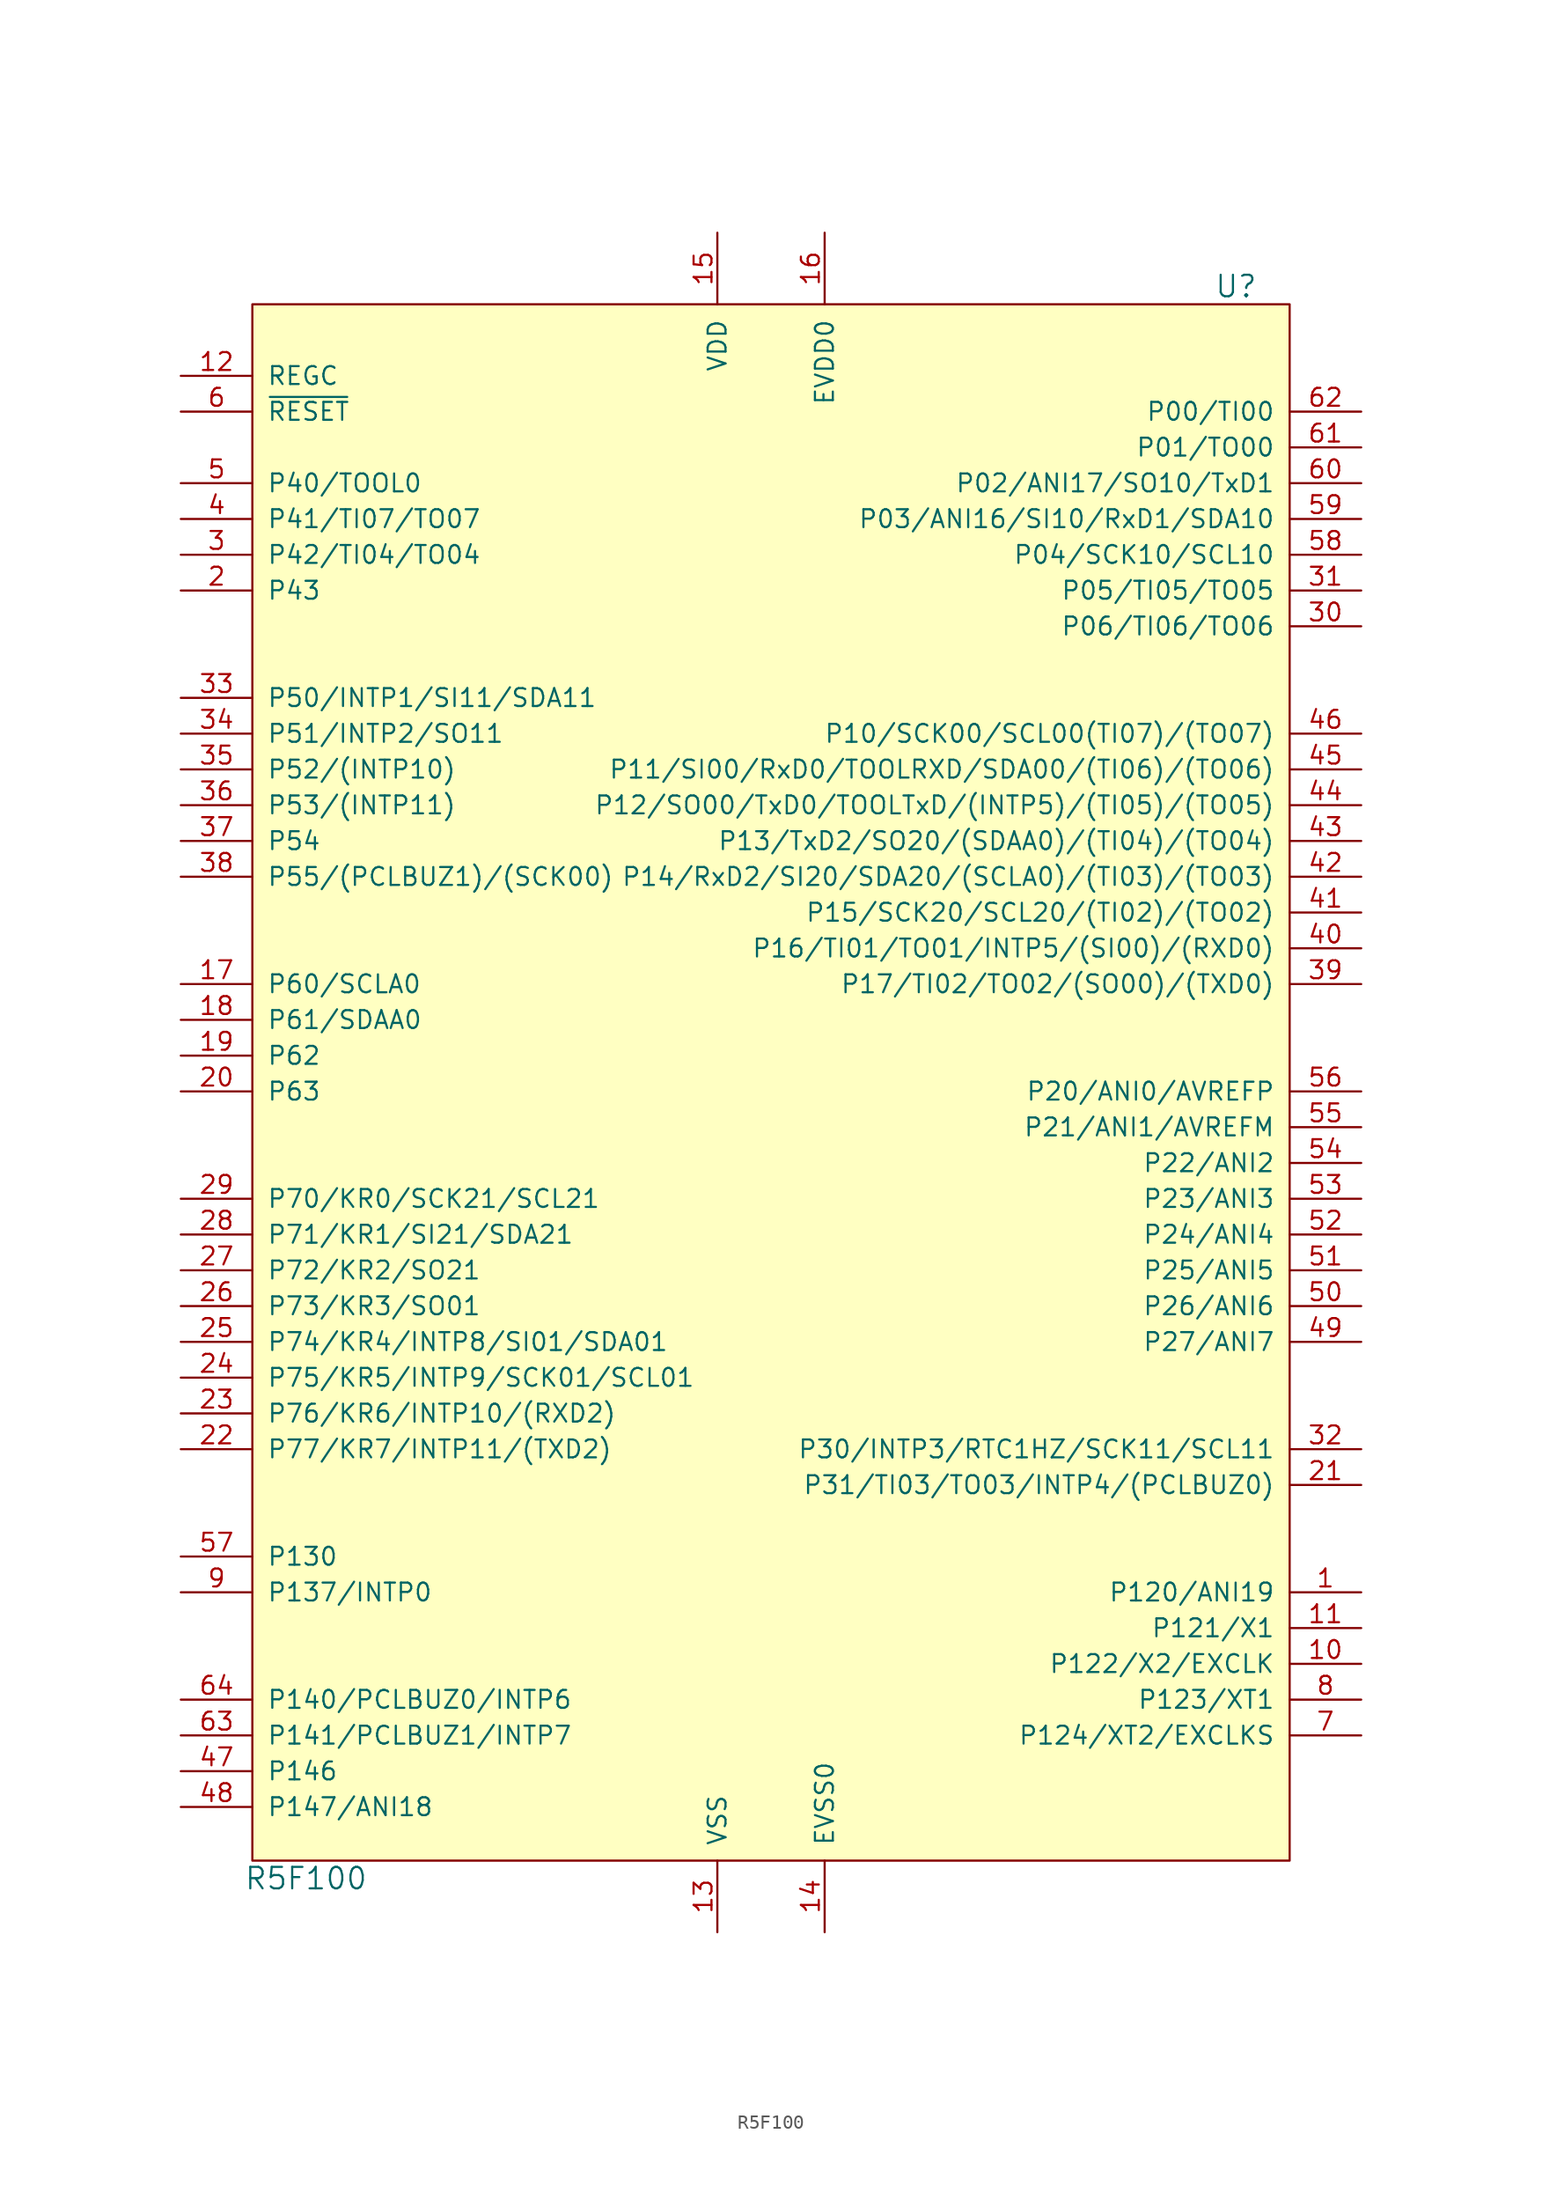
<source format=kicad_sym>
(kicad_symbol_lib
  (version 20211014)
  (generator kicad_symbol_editor)
  (symbol "R5F100"
    (pin_names
      (offset 1.016))
    (property "Reference" "U"
      (at 33.02 57.15 0)
      (effects (font (size 1.524 1.524))))
    (property "Value" "R5F100"
      (at -33.02 -55.88 0)
      (effects (font (size 1.524 1.524))))
    (property "Footprint" ""
      (at 33.02 57.15 0)
      (effects (font (size 1.524 1.524))))
    (property "Datasheet" ""
      (at 33.02 57.15 0)
      (effects (font (size 1.524 1.524))))
    (symbol "R5F100_0_1"
      (rectangle (start -36.83 55.88) (end 36.83 -54.61) (stroke (width 0) (type default) (color 0 0 0 0)) (fill (type background))))
    (symbol "R5F100_1_1"
      (pin passive line (at 41.91 -35.56 180) (length 5.08) (name "P120/ANI19" (effects (font (size 1.27 1.27)))) (number "1" (effects (font (size 1.27 1.27)))))
      (pin passive line (at 41.91 -40.64 180) (length 5.08) (name "P122/X2/EXCLK" (effects (font (size 1.27 1.27)))) (number "10" (effects (font (size 1.27 1.27)))))
      (pin passive line (at 41.91 -38.1 180) (length 5.08) (name "P121/X1" (effects (font (size 1.27 1.27)))) (number "11" (effects (font (size 1.27 1.27)))))
      (pin passive line (at -41.91 50.8 0) (length 5.08) (name "REGC" (effects (font (size 1.27 1.27)))) (number "12" (effects (font (size 1.27 1.27)))))
      (pin power_in line (at -3.81 -59.69 90) (length 5.08) (name "VSS" (effects (font (size 1.27 1.27)))) (number "13" (effects (font (size 1.27 1.27)))))
      (pin input line (at 3.81 -59.69 90) (length 5.08) (name "EVSS0" (effects (font (size 1.27 1.27)))) (number "14" (effects (font (size 1.27 1.27)))))
      (pin power_in line (at -3.81 60.96 270) (length 5.08) (name "VDD" (effects (font (size 1.27 1.27)))) (number "15" (effects (font (size 1.27 1.27)))))
      (pin input line (at 3.81 60.96 270) (length 5.08) (name "EVDD0" (effects (font (size 1.27 1.27)))) (number "16" (effects (font (size 1.27 1.27)))))
      (pin passive line (at -41.91 7.62 0) (length 5.08) (name "P60/SCLA0" (effects (font (size 1.27 1.27)))) (number "17" (effects (font (size 1.27 1.27)))))
      (pin passive line (at -41.91 5.08 0) (length 5.08) (name "P61/SDAA0" (effects (font (size 1.27 1.27)))) (number "18" (effects (font (size 1.27 1.27)))))
      (pin passive line (at -41.91 2.54 0) (length 5.08) (name "P62" (effects (font (size 1.27 1.27)))) (number "19" (effects (font (size 1.27 1.27)))))
      (pin passive line (at -41.91 35.56 0) (length 5.08) (name "P43" (effects (font (size 1.27 1.27)))) (number "2" (effects (font (size 1.27 1.27)))))
      (pin passive line (at -41.91 0 0) (length 5.08) (name "P63" (effects (font (size 1.27 1.27)))) (number "20" (effects (font (size 1.27 1.27)))))
      (pin passive line (at 41.91 -27.94 180) (length 5.08) (name "P31/TI03/TO03/INTP4/(PCLBUZ0)" (effects (font (size 1.27 1.27)))) (number "21" (effects (font (size 1.27 1.27)))))
      (pin passive line (at -41.91 -25.4 0) (length 5.08) (name "P77/KR7/INTP11/(TXD2)" (effects (font (size 1.27 1.27)))) (number "22" (effects (font (size 1.27 1.27)))))
      (pin passive line (at -41.91 -22.86 0) (length 5.08) (name "P76/KR6/INTP10/(RXD2)" (effects (font (size 1.27 1.27)))) (number "23" (effects (font (size 1.27 1.27)))))
      (pin passive line (at -41.91 -20.32 0) (length 5.08) (name "P75/KR5/INTP9/SCK01/SCL01" (effects (font (size 1.27 1.27)))) (number "24" (effects (font (size 1.27 1.27)))))
      (pin passive line (at -41.91 -17.78 0) (length 5.08) (name "P74/KR4/INTP8/SI01/SDA01" (effects (font (size 1.27 1.27)))) (number "25" (effects (font (size 1.27 1.27)))))
      (pin passive line (at -41.91 -15.24 0) (length 5.08) (name "P73/KR3/SO01" (effects (font (size 1.27 1.27)))) (number "26" (effects (font (size 1.27 1.27)))))
      (pin passive line (at -41.91 -12.7 0) (length 5.08) (name "P72/KR2/SO21" (effects (font (size 1.27 1.27)))) (number "27" (effects (font (size 1.27 1.27)))))
      (pin passive line (at -41.91 -10.16 0) (length 5.08) (name "P71/KR1/SI21/SDA21" (effects (font (size 1.27 1.27)))) (number "28" (effects (font (size 1.27 1.27)))))
      (pin passive line (at -41.91 -7.62 0) (length 5.08) (name "P70/KR0/SCK21/SCL21" (effects (font (size 1.27 1.27)))) (number "29" (effects (font (size 1.27 1.27)))))
      (pin passive line (at -41.91 38.1 0) (length 5.08) (name "P42/TI04/TO04" (effects (font (size 1.27 1.27)))) (number "3" (effects (font (size 1.27 1.27)))))
      (pin passive line (at 41.91 33.02 180) (length 5.08) (name "P06/TI06/TO06" (effects (font (size 1.27 1.27)))) (number "30" (effects (font (size 1.27 1.27)))))
      (pin passive line (at 41.91 35.56 180) (length 5.08) (name "P05/TI05/TO05" (effects (font (size 1.27 1.27)))) (number "31" (effects (font (size 1.27 1.27)))))
      (pin passive line (at 41.91 -25.4 180) (length 5.08) (name "P30/INTP3/RTC1HZ/SCK11/SCL11" (effects (font (size 1.27 1.27)))) (number "32" (effects (font (size 1.27 1.27)))))
      (pin passive line (at -41.91 27.94 0) (length 5.08) (name "P50/INTP1/SI11/SDA11" (effects (font (size 1.27 1.27)))) (number "33" (effects (font (size 1.27 1.27)))))
      (pin passive line (at -41.91 25.4 0) (length 5.08) (name "P51/INTP2/SO11" (effects (font (size 1.27 1.27)))) (number "34" (effects (font (size 1.27 1.27)))))
      (pin passive line (at -41.91 22.86 0) (length 5.08) (name "P52/(INTP10)" (effects (font (size 1.27 1.27)))) (number "35" (effects (font (size 1.27 1.27)))))
      (pin passive line (at -41.91 20.32 0) (length 5.08) (name "P53/(INTP11)" (effects (font (size 1.27 1.27)))) (number "36" (effects (font (size 1.27 1.27)))))
      (pin passive line (at -41.91 17.78 0) (length 5.08) (name "P54" (effects (font (size 1.27 1.27)))) (number "37" (effects (font (size 1.27 1.27)))))
      (pin passive line (at -41.91 15.24 0) (length 5.08) (name "P55/(PCLBUZ1)/(SCK00)" (effects (font (size 1.27 1.27)))) (number "38" (effects (font (size 1.27 1.27)))))
      (pin passive line (at 41.91 7.62 180) (length 5.08) (name "P17/TI02/TO02/(SO00)/(TXD0)" (effects (font (size 1.27 1.27)))) (number "39" (effects (font (size 1.27 1.27)))))
      (pin passive line (at -41.91 40.64 0) (length 5.08) (name "P41/TI07/TO07" (effects (font (size 1.27 1.27)))) (number "4" (effects (font (size 1.27 1.27)))))
      (pin passive line (at 41.91 10.16 180) (length 5.08) (name "P16/TI01/TO01/INTP5/(SI00)/(RXD0)" (effects (font (size 1.27 1.27)))) (number "40" (effects (font (size 1.27 1.27)))))
      (pin passive line (at 41.91 12.7 180) (length 5.08) (name "P15/SCK20/SCL20/(TI02)/(TO02)" (effects (font (size 1.27 1.27)))) (number "41" (effects (font (size 1.27 1.27)))))
      (pin passive line (at 41.91 15.24 180) (length 5.08) (name "P14/RxD2/SI20/SDA20/(SCLA0)/(TI03)/(TO03)" (effects (font (size 1.27 1.27)))) (number "42" (effects (font (size 1.27 1.27)))))
      (pin passive line (at 41.91 17.78 180) (length 5.08) (name "P13/TxD2/SO20/(SDAA0)/(TI04)/(TO04)" (effects (font (size 1.27 1.27)))) (number "43" (effects (font (size 1.27 1.27)))))
      (pin passive line (at 41.91 20.32 180) (length 5.08) (name "P12/SO00/TxD0/TOOLTxD/(INTP5)/(TI05)/(TO05)" (effects (font (size 1.27 1.27)))) (number "44" (effects (font (size 1.27 1.27)))))
      (pin passive line (at 41.91 22.86 180) (length 5.08) (name "P11/SI00/RxD0/TOOLRXD/SDA00/(TI06)/(TO06)" (effects (font (size 1.27 1.27)))) (number "45" (effects (font (size 1.27 1.27)))))
      (pin passive line (at 41.91 25.4 180) (length 5.08) (name "P10/SCK00/SCL00(TI07)/(TO07)" (effects (font (size 1.27 1.27)))) (number "46" (effects (font (size 1.27 1.27)))))
      (pin passive line (at -41.91 -48.26 0) (length 5.08) (name "P146" (effects (font (size 1.27 1.27)))) (number "47" (effects (font (size 1.27 1.27)))))
      (pin passive line (at -41.91 -50.8 0) (length 5.08) (name "P147/ANI18" (effects (font (size 1.27 1.27)))) (number "48" (effects (font (size 1.27 1.27)))))
      (pin bidirectional line (at 41.91 -17.78 180) (length 5.08) (name "P27/ANI7" (effects (font (size 1.27 1.27)))) (number "49" (effects (font (size 1.27 1.27)))))
      (pin passive line (at -41.91 43.18 0) (length 5.08) (name "P40/TOOL0" (effects (font (size 1.27 1.27)))) (number "5" (effects (font (size 1.27 1.27)))))
      (pin bidirectional line (at 41.91 -15.24 180) (length 5.08) (name "P26/ANI6" (effects (font (size 1.27 1.27)))) (number "50" (effects (font (size 1.27 1.27)))))
      (pin bidirectional line (at 41.91 -12.7 180) (length 5.08) (name "P25/ANI5" (effects (font (size 1.27 1.27)))) (number "51" (effects (font (size 1.27 1.27)))))
      (pin bidirectional line (at 41.91 -10.16 180) (length 5.08) (name "P24/ANI4" (effects (font (size 1.27 1.27)))) (number "52" (effects (font (size 1.27 1.27)))))
      (pin bidirectional line (at 41.91 -7.62 180) (length 5.08) (name "P23/ANI3" (effects (font (size 1.27 1.27)))) (number "53" (effects (font (size 1.27 1.27)))))
      (pin bidirectional line (at 41.91 -5.08 180) (length 5.08) (name "P22/ANI2" (effects (font (size 1.27 1.27)))) (number "54" (effects (font (size 1.27 1.27)))))
      (pin bidirectional line (at 41.91 -2.54 180) (length 5.08) (name "P21/ANI1/AVREFM" (effects (font (size 1.27 1.27)))) (number "55" (effects (font (size 1.27 1.27)))))
      (pin bidirectional line (at 41.91 0 180) (length 5.08) (name "P20/ANI0/AVREFP" (effects (font (size 1.27 1.27)))) (number "56" (effects (font (size 1.27 1.27)))))
      (pin passive line (at -41.91 -33.02 0) (length 5.08) (name "P130" (effects (font (size 1.27 1.27)))) (number "57" (effects (font (size 1.27 1.27)))))
      (pin passive line (at 41.91 38.1 180) (length 5.08) (name "P04/SCK10/SCL10" (effects (font (size 1.27 1.27)))) (number "58" (effects (font (size 1.27 1.27)))))
      (pin passive line (at 41.91 40.64 180) (length 5.08) (name "P03/ANI16/SI10/RxD1/SDA10" (effects (font (size 1.27 1.27)))) (number "59" (effects (font (size 1.27 1.27)))))
      (pin input line (at -41.91 48.26 0) (length 5.08) (name "~{RESET}" (effects (font (size 1.27 1.27)))) (number "6" (effects (font (size 1.27 1.27)))))
      (pin bidirectional line (at 41.91 43.18 180) (length 5.08) (name "P02/ANI17/SO10/TxD1" (effects (font (size 1.27 1.27)))) (number "60" (effects (font (size 1.27 1.27)))))
      (pin passive line (at 41.91 45.72 180) (length 5.08) (name "P01/TO00" (effects (font (size 1.27 1.27)))) (number "61" (effects (font (size 1.27 1.27)))))
      (pin passive line (at 41.91 48.26 180) (length 5.08) (name "P00/TI00" (effects (font (size 1.27 1.27)))) (number "62" (effects (font (size 1.27 1.27)))))
      (pin passive line (at -41.91 -45.72 0) (length 5.08) (name "P141/PCLBUZ1/INTP7" (effects (font (size 1.27 1.27)))) (number "63" (effects (font (size 1.27 1.27)))))
      (pin passive line (at -41.91 -43.18 0) (length 5.08) (name "P140/PCLBUZ0/INTP6" (effects (font (size 1.27 1.27)))) (number "64" (effects (font (size 1.27 1.27)))))
      (pin passive line (at 41.91 -45.72 180) (length 5.08) (name "P124/XT2/EXCLKS" (effects (font (size 1.27 1.27)))) (number "7" (effects (font (size 1.27 1.27)))))
      (pin passive line (at 41.91 -43.18 180) (length 5.08) (name "P123/XT1" (effects (font (size 1.27 1.27)))) (number "8" (effects (font (size 1.27 1.27)))))
      (pin passive line (at -41.91 -35.56 0) (length 5.08) (name "P137/INTP0" (effects (font (size 1.27 1.27)))) (number "9" (effects (font (size 1.27 1.27))))))))
</source>
